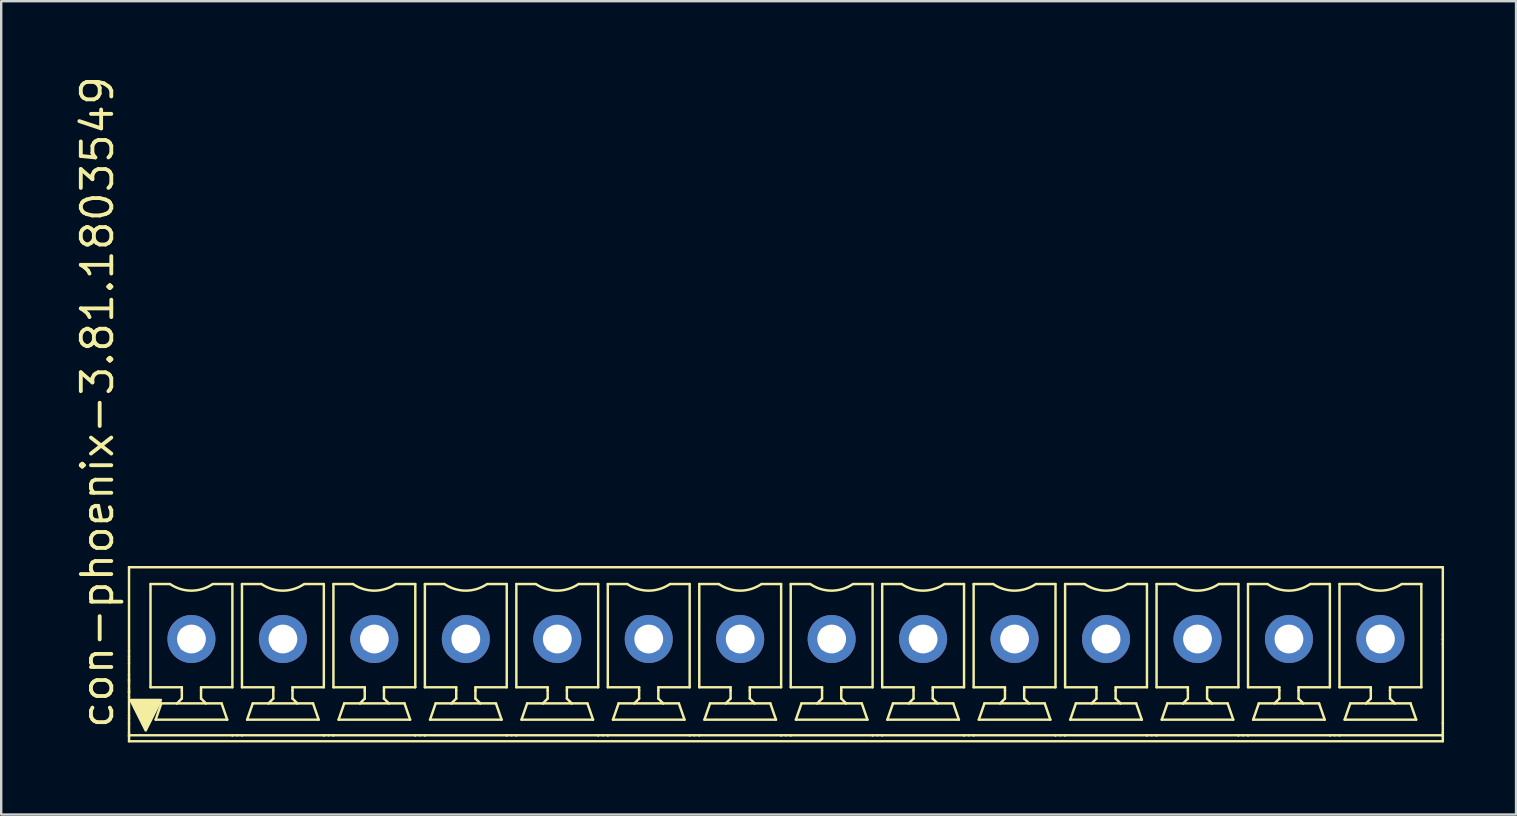
<source format=kicad_pcb>
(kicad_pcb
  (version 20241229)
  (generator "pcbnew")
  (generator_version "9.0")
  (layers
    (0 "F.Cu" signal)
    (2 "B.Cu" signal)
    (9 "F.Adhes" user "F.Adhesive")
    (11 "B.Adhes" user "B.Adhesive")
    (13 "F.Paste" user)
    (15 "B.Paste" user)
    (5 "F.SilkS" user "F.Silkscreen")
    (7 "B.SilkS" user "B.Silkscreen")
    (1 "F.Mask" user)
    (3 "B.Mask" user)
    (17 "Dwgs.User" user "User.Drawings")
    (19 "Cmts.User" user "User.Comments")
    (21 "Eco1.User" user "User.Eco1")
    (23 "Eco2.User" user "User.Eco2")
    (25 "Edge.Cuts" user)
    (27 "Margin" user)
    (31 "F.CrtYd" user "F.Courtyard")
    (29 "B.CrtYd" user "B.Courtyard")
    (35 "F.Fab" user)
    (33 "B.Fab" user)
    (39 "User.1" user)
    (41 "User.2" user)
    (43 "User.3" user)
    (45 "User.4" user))
  (footprint "con-phoenix-3.81.1803549"
    (layer "F.Cu")
    (at 29.69 24.205)
    (property "Reference" "con-phoenix-3.81.1803549" (at -27.94 3.175 90) (layer "F.SilkS") (effects (font (size 1.27 1.27) (thickness 0.16)) (justify left bottom)))
    (attr through_hole)
    (fp_line (start -27.365 -0.125) (end -27.365 -3.625) (stroke (width 0.102) (type default)) (layer "F.SilkS"))
    (fp_line (start -27.365 0.086) (end -27.365 -0.125) (stroke (width 0.102) (type default)) (layer "F.SilkS"))
    (fp_line (start -27.365 0.217) (end -27.365 0.086) (stroke (width 0.102) (type default)) (layer "F.SilkS"))
    (fp_line (start -27.365 0.375) (end -27.365 0.217) (stroke (width 0.102) (type default)) (layer "F.SilkS"))
    (fp_line (start -27.365 0.863) (end -27.365 0.375) (stroke (width 0.102) (type default)) (layer "F.SilkS"))
    (fp_line (start -27.365 1.051) (end -27.365 0.863) (stroke (width 0.102) (type default)) (layer "F.SilkS"))
    (fp_line (start -27.365 1.091) (end -27.365 1.051) (stroke (width 0.102) (type default)) (layer "F.SilkS"))
    (fp_line (start -27.365 1.121) (end -27.365 1.091) (stroke (width 0.102) (type default)) (layer "F.SilkS"))
    (fp_line (start -27.365 1.21) (end -27.365 1.121) (stroke (width 0.102) (type default)) (layer "F.SilkS"))
    (fp_line (start -27.365 1.43) (end -27.365 1.21) (stroke (width 0.102) (type default)) (layer "F.SilkS"))
    (fp_line (start -27.365 1.519) (end -27.365 1.43) (stroke (width 0.102) (type default)) (layer "F.SilkS"))
    (fp_line (start -27.365 1.548) (end -27.365 1.519) (stroke (width 0.102) (type default)) (layer "F.SilkS"))
    (fp_line (start -27.365 1.588) (end -27.365 1.548) (stroke (width 0.102) (type default)) (layer "F.SilkS"))
    (fp_line (start -27.365 1.601) (end -27.365 1.588) (stroke (width 0.102) (type default)) (layer "F.SilkS"))
    (fp_line (start -27.365 1.777) (end -27.365 1.601) (stroke (width 0.102) (type default)) (layer "F.SilkS"))
    (fp_line (start -27.365 2.552) (end -27.365 1.777) (stroke (width 0.102) (type default)) (layer "F.SilkS"))
    (fp_line (start -27.365 2.664) (end -27.365 2.552) (stroke (width 0.102) (type default)) (layer "F.SilkS"))
    (fp_line (start -27.365 2.875) (end -27.365 2.664) (stroke (width 0.102) (type default)) (layer "F.SilkS"))
    (fp_line (start -27.365 3.275) (end -27.365 2.875) (stroke (width 0.102) (type default)) (layer "F.SilkS"))
    (fp_line (start -27.365 3.375) (end -27.365 3.275) (stroke (width 0.102) (type default)) (layer "F.SilkS"))
    (fp_line (start -27.365 3.375) (end -23.061 3.375) (stroke (width 0.102) (type default)) (layer "F.SilkS"))
    (fp_line (start -27.365 3.425) (end -27.365 3.375) (stroke (width 0.102) (type default)) (layer "F.SilkS"))
    (fp_line (start -27.365 3.625) (end -27.365 3.425) (stroke (width 0.102) (type default)) (layer "F.SilkS"))
    (fp_line (start -27.365 3.625) (end 27.365 3.625) (stroke (width 0.102) (type default)) (layer "F.SilkS"))
    (fp_line (start -26.47 -2.925) (end -25.665 -2.925) (stroke (width 0.102) (type default)) (layer "F.SilkS"))
    (fp_line (start -26.47 1.375) (end -26.47 -2.925) (stroke (width 0.102) (type default)) (layer "F.SilkS"))
    (fp_line (start -26.255 2.725) (end -26.02 2.045) (stroke (width 0.102) (type default)) (layer "F.SilkS"))
    (fp_line (start -26.02 2.045) (end -25.365 2.045) (stroke (width 0.102) (type default)) (layer "F.SilkS"))
    (fp_line (start -25.365 2.045) (end -25.165 1.845) (stroke (width 0.102) (type default)) (layer "F.SilkS"))
    (fp_line (start -25.365 2.045) (end -24.165 2.045) (stroke (width 0.102) (type default)) (layer "F.SilkS"))
    (fp_line (start -25.165 1.375) (end -26.47 1.375) (stroke (width 0.102) (type default)) (layer "F.SilkS"))
    (fp_line (start -25.165 1.509) (end -25.165 1.375) (stroke (width 0.102) (type default)) (layer "F.SilkS"))
    (fp_line (start -25.165 1.845) (end -25.165 1.509) (stroke (width 0.102) (type default)) (layer "F.SilkS"))
    (fp_line (start -24.365 1.375) (end -24.365 1.509) (stroke (width 0.102) (type default)) (layer "F.SilkS"))
    (fp_line (start -24.365 1.509) (end -24.365 1.845) (stroke (width 0.102) (type default)) (layer "F.SilkS"))
    (fp_line (start -24.365 1.845) (end -24.165 2.045) (stroke (width 0.102) (type default)) (layer "F.SilkS"))
    (fp_line (start -24.165 2.045) (end -23.51 2.045) (stroke (width 0.102) (type default)) (layer "F.SilkS"))
    (fp_line (start -23.865 -2.925) (end -23.06 -2.925) (stroke (width 0.102) (type default)) (layer "F.SilkS"))
    (fp_line (start -23.51 2.045) (end -23.275 2.725) (stroke (width 0.102) (type default)) (layer "F.SilkS"))
    (fp_line (start -23.275 2.725) (end -26.255 2.725) (stroke (width 0.102) (type default)) (layer "F.SilkS"))
    (fp_line (start -23.061 3.375) (end -23.06 3.375) (stroke (width 0.102) (type default)) (layer "F.SilkS"))
    (fp_line (start -23.06 1.375) (end -24.365 1.375) (stroke (width 0.102) (type default)) (layer "F.SilkS"))
    (fp_line (start -23.06 1.375) (end -23.06 -2.925) (stroke (width 0.102) (type default)) (layer "F.SilkS"))
    (fp_line (start -23.06 3.375) (end -22.86 3.375) (stroke (width 0.102) (type default)) (layer "F.SilkS"))
    (fp_line (start -22.86 3.375) (end -22.66 3.375) (stroke (width 0.102) (type default)) (layer "F.SilkS"))
    (fp_line (start -22.66 -2.925) (end -21.855 -2.925) (stroke (width 0.102) (type default)) (layer "F.SilkS"))
    (fp_line (start -22.66 1.375) (end -22.66 -2.925) (stroke (width 0.102) (type default)) (layer "F.SilkS"))
    (fp_line (start -22.66 3.375) (end -22.659 3.375) (stroke (width 0.102) (type default)) (layer "F.SilkS"))
    (fp_line (start -22.659 3.375) (end -19.251 3.375) (stroke (width 0.102) (type default)) (layer "F.SilkS"))
    (fp_line (start -22.445 2.725) (end -19.465 2.725) (stroke (width 0.102) (type default)) (layer "F.SilkS"))
    (fp_line (start -22.21 2.045) (end -22.445 2.725) (stroke (width 0.102) (type default)) (layer "F.SilkS"))
    (fp_line (start -21.555 2.045) (end -22.21 2.045) (stroke (width 0.102) (type default)) (layer "F.SilkS"))
    (fp_line (start -21.555 2.045) (end -21.355 1.845) (stroke (width 0.102) (type default)) (layer "F.SilkS"))
    (fp_line (start -21.555 2.045) (end -20.355 2.045) (stroke (width 0.102) (type default)) (layer "F.SilkS"))
    (fp_line (start -21.355 1.375) (end -22.66 1.375) (stroke (width 0.102) (type default)) (layer "F.SilkS"))
    (fp_line (start -21.355 1.375) (end -21.355 1.509) (stroke (width 0.102) (type default)) (layer "F.SilkS"))
    (fp_line (start -21.355 1.509) (end -21.355 1.845) (stroke (width 0.102) (type default)) (layer "F.SilkS"))
    (fp_line (start -20.555 1.375) (end -20.555 1.509) (stroke (width 0.102) (type default)) (layer "F.SilkS"))
    (fp_line (start -20.555 1.509) (end -20.555 1.845) (stroke (width 0.102) (type default)) (layer "F.SilkS"))
    (fp_line (start -20.555 1.845) (end -20.355 2.045) (stroke (width 0.102) (type default)) (layer "F.SilkS"))
    (fp_line (start -20.355 2.045) (end -19.7 2.045) (stroke (width 0.102) (type default)) (layer "F.SilkS"))
    (fp_line (start -20.055 -2.925) (end -19.25 -2.925) (stroke (width 0.102) (type default)) (layer "F.SilkS"))
    (fp_line (start -19.7 2.045) (end -19.465 2.725) (stroke (width 0.102) (type default)) (layer "F.SilkS"))
    (fp_line (start -19.251 3.375) (end -19.25 3.375) (stroke (width 0.102) (type default)) (layer "F.SilkS"))
    (fp_line (start -19.25 1.375) (end -20.555 1.375) (stroke (width 0.102) (type default)) (layer "F.SilkS"))
    (fp_line (start -19.25 1.375) (end -19.25 -2.925) (stroke (width 0.102) (type default)) (layer "F.SilkS"))
    (fp_line (start -19.25 3.375) (end -19.05 3.375) (stroke (width 0.102) (type default)) (layer "F.SilkS"))
    (fp_line (start -19.05 3.375) (end -18.85 3.375) (stroke (width 0.102) (type default)) (layer "F.SilkS"))
    (fp_line (start -18.85 -2.925) (end -18.045 -2.925) (stroke (width 0.102) (type default)) (layer "F.SilkS"))
    (fp_line (start -18.85 1.375) (end -18.85 -2.925) (stroke (width 0.102) (type default)) (layer "F.SilkS"))
    (fp_line (start -18.85 3.375) (end -18.849 3.375) (stroke (width 0.102) (type default)) (layer "F.SilkS"))
    (fp_line (start -18.849 3.375) (end -15.441 3.375) (stroke (width 0.102) (type default)) (layer "F.SilkS"))
    (fp_line (start -18.635 2.725) (end -18.4 2.045) (stroke (width 0.102) (type default)) (layer "F.SilkS"))
    (fp_line (start -17.745 2.045) (end -18.4 2.045) (stroke (width 0.102) (type default)) (layer "F.SilkS"))
    (fp_line (start -17.745 2.045) (end -17.545 1.845) (stroke (width 0.102) (type default)) (layer "F.SilkS"))
    (fp_line (start -17.745 2.045) (end -16.545 2.045) (stroke (width 0.102) (type default)) (layer "F.SilkS"))
    (fp_line (start -17.545 1.375) (end -18.85 1.375) (stroke (width 0.102) (type default)) (layer "F.SilkS"))
    (fp_line (start -17.545 1.509) (end -17.545 1.375) (stroke (width 0.102) (type default)) (layer "F.SilkS"))
    (fp_line (start -17.545 1.509) (end -17.545 1.845) (stroke (width 0.102) (type default)) (layer "F.SilkS"))
    (fp_line (start -16.745 1.375) (end -16.745 1.509) (stroke (width 0.102) (type default)) (layer "F.SilkS"))
    (fp_line (start -16.745 1.509) (end -16.745 1.845) (stroke (width 0.102) (type default)) (layer "F.SilkS"))
    (fp_line (start -16.745 1.845) (end -16.545 2.045) (stroke (width 0.102) (type default)) (layer "F.SilkS"))
    (fp_line (start -16.245 -2.925) (end -15.44 -2.925) (stroke (width 0.102) (type default)) (layer "F.SilkS"))
    (fp_line (start -15.89 2.045) (end -16.545 2.045) (stroke (width 0.102) (type default)) (layer "F.SilkS"))
    (fp_line (start -15.655 2.725) (end -18.635 2.725) (stroke (width 0.102) (type default)) (layer "F.SilkS"))
    (fp_line (start -15.655 2.725) (end -15.89 2.045) (stroke (width 0.102) (type default)) (layer "F.SilkS"))
    (fp_line (start -15.441 3.375) (end -15.44 3.375) (stroke (width 0.102) (type default)) (layer "F.SilkS"))
    (fp_line (start -15.44 1.375) (end -16.745 1.375) (stroke (width 0.102) (type default)) (layer "F.SilkS"))
    (fp_line (start -15.44 1.375) (end -15.44 -2.925) (stroke (width 0.102) (type default)) (layer "F.SilkS"))
    (fp_line (start -15.44 3.375) (end -15.24 3.375) (stroke (width 0.102) (type default)) (layer "F.SilkS"))
    (fp_line (start -15.24 3.375) (end -15.04 3.375) (stroke (width 0.102) (type default)) (layer "F.SilkS"))
    (fp_line (start -15.04 -2.925) (end -14.235 -2.925) (stroke (width 0.102) (type default)) (layer "F.SilkS"))
    (fp_line (start -15.04 1.375) (end -15.04 -2.925) (stroke (width 0.102) (type default)) (layer "F.SilkS"))
    (fp_line (start -15.04 3.375) (end -15.039 3.375) (stroke (width 0.102) (type default)) (layer "F.SilkS"))
    (fp_line (start -15.039 3.375) (end -11.631 3.375) (stroke (width 0.102) (type default)) (layer "F.SilkS"))
    (fp_line (start -14.825 2.725) (end -14.59 2.045) (stroke (width 0.102) (type default)) (layer "F.SilkS"))
    (fp_line (start -14.59 2.045) (end -13.935 2.045) (stroke (width 0.102) (type default)) (layer "F.SilkS"))
    (fp_line (start -13.935 2.045) (end -13.735 1.845) (stroke (width 0.102) (type default)) (layer "F.SilkS"))
    (fp_line (start -13.935 2.045) (end -12.735 2.045) (stroke (width 0.102) (type default)) (layer "F.SilkS"))
    (fp_line (start -13.735 1.375) (end -15.04 1.375) (stroke (width 0.102) (type default)) (layer "F.SilkS"))
    (fp_line (start -13.735 1.509) (end -13.735 1.375) (stroke (width 0.102) (type default)) (layer "F.SilkS"))
    (fp_line (start -13.735 1.509) (end -13.735 1.845) (stroke (width 0.102) (type default)) (layer "F.SilkS"))
    (fp_line (start -12.935 1.375) (end -12.935 1.509) (stroke (width 0.102) (type default)) (layer "F.SilkS"))
    (fp_line (start -12.935 1.509) (end -12.935 1.845) (stroke (width 0.102) (type default)) (layer "F.SilkS"))
    (fp_line (start -12.935 1.845) (end -12.735 2.045) (stroke (width 0.102) (type default)) (layer "F.SilkS"))
    (fp_line (start -12.735 2.045) (end -12.08 2.045) (stroke (width 0.102) (type default)) (layer "F.SilkS"))
    (fp_line (start -12.435 -2.925) (end -11.63 -2.925) (stroke (width 0.102) (type default)) (layer "F.SilkS"))
    (fp_line (start -11.845 2.725) (end -14.825 2.725) (stroke (width 0.102) (type default)) (layer "F.SilkS"))
    (fp_line (start -11.845 2.725) (end -12.08 2.045) (stroke (width 0.102) (type default)) (layer "F.SilkS"))
    (fp_line (start -11.631 3.375) (end -11.63 3.375) (stroke (width 0.102) (type default)) (layer "F.SilkS"))
    (fp_line (start -11.63 1.375) (end -12.935 1.375) (stroke (width 0.102) (type default)) (layer "F.SilkS"))
    (fp_line (start -11.63 1.375) (end -11.63 -2.925) (stroke (width 0.102) (type default)) (layer "F.SilkS"))
    (fp_line (start -11.63 3.375) (end -11.43 3.375) (stroke (width 0.102) (type default)) (layer "F.SilkS"))
    (fp_line (start -11.43 3.375) (end -11.23 3.375) (stroke (width 0.102) (type default)) (layer "F.SilkS"))
    (fp_line (start -11.23 -2.925) (end -10.425 -2.925) (stroke (width 0.102) (type default)) (layer "F.SilkS"))
    (fp_line (start -11.23 1.375) (end -11.23 -2.925) (stroke (width 0.102) (type default)) (layer "F.SilkS"))
    (fp_line (start -11.23 3.375) (end -11.229 3.375) (stroke (width 0.102) (type default)) (layer "F.SilkS"))
    (fp_line (start -11.229 3.375) (end -7.821 3.375) (stroke (width 0.102) (type default)) (layer "F.SilkS"))
    (fp_line (start -11.015 2.725) (end -10.78 2.045) (stroke (width 0.102) (type default)) (layer "F.SilkS"))
    (fp_line (start -11.015 2.725) (end -8.035 2.725) (stroke (width 0.102) (type default)) (layer "F.SilkS"))
    (fp_line (start -10.78 2.045) (end -10.125 2.045) (stroke (width 0.102) (type default)) (layer "F.SilkS"))
    (fp_line (start -10.125 2.045) (end -9.925 1.845) (stroke (width 0.102) (type default)) (layer "F.SilkS"))
    (fp_line (start -10.125 2.045) (end -8.925 2.045) (stroke (width 0.102) (type default)) (layer "F.SilkS"))
    (fp_line (start -9.925 1.375) (end -11.23 1.375) (stroke (width 0.102) (type default)) (layer "F.SilkS"))
    (fp_line (start -9.925 1.509) (end -9.925 1.375) (stroke (width 0.102) (type default)) (layer "F.SilkS"))
    (fp_line (start -9.925 1.509) (end -9.925 1.845) (stroke (width 0.102) (type default)) (layer "F.SilkS"))
    (fp_line (start -9.125 1.375) (end -9.125 1.509) (stroke (width 0.102) (type default)) (layer "F.SilkS"))
    (fp_line (start -9.125 1.509) (end -9.125 1.845) (stroke (width 0.102) (type default)) (layer "F.SilkS"))
    (fp_line (start -9.125 1.845) (end -8.925 2.045) (stroke (width 0.102) (type default)) (layer "F.SilkS"))
    (fp_line (start -8.925 2.045) (end -8.27 2.045) (stroke (width 0.102) (type default)) (layer "F.SilkS"))
    (fp_line (start -8.625 -2.925) (end -7.82 -2.925) (stroke (width 0.102) (type default)) (layer "F.SilkS"))
    (fp_line (start -8.035 2.725) (end -8.27 2.045) (stroke (width 0.102) (type default)) (layer "F.SilkS"))
    (fp_line (start -7.821 3.375) (end -7.82 3.375) (stroke (width 0.102) (type default)) (layer "F.SilkS"))
    (fp_line (start -7.82 1.375) (end -9.125 1.375) (stroke (width 0.102) (type default)) (layer "F.SilkS"))
    (fp_line (start -7.82 1.375) (end -7.82 -2.925) (stroke (width 0.102) (type default)) (layer "F.SilkS"))
    (fp_line (start -7.82 3.375) (end -7.62 3.375) (stroke (width 0.102) (type default)) (layer "F.SilkS"))
    (fp_line (start -7.62 3.375) (end -7.42 3.375) (stroke (width 0.102) (type default)) (layer "F.SilkS"))
    (fp_line (start -7.42 -2.925) (end -6.615 -2.925) (stroke (width 0.102) (type default)) (layer "F.SilkS"))
    (fp_line (start -7.42 1.375) (end -7.42 -2.925) (stroke (width 0.102) (type default)) (layer "F.SilkS"))
    (fp_line (start -7.42 3.375) (end -7.419 3.375) (stroke (width 0.102) (type default)) (layer "F.SilkS"))
    (fp_line (start -7.419 3.375) (end -4.011 3.375) (stroke (width 0.102) (type default)) (layer "F.SilkS"))
    (fp_line (start -7.205 2.725) (end -6.97 2.045) (stroke (width 0.102) (type default)) (layer "F.SilkS"))
    (fp_line (start -7.205 2.725) (end -4.225 2.725) (stroke (width 0.102) (type default)) (layer "F.SilkS"))
    (fp_line (start -6.315 2.045) (end -6.97 2.045) (stroke (width 0.102) (type default)) (layer "F.SilkS"))
    (fp_line (start -6.315 2.045) (end -6.115 1.845) (stroke (width 0.102) (type default)) (layer "F.SilkS"))
    (fp_line (start -6.315 2.045) (end -5.115 2.045) (stroke (width 0.102) (type default)) (layer "F.SilkS"))
    (fp_line (start -6.115 1.375) (end -7.42 1.375) (stroke (width 0.102) (type default)) (layer "F.SilkS"))
    (fp_line (start -6.115 1.509) (end -6.115 1.375) (stroke (width 0.102) (type default)) (layer "F.SilkS"))
    (fp_line (start -6.115 1.509) (end -6.115 1.845) (stroke (width 0.102) (type default)) (layer "F.SilkS"))
    (fp_line (start -5.315 1.375) (end -5.315 1.509) (stroke (width 0.102) (type default)) (layer "F.SilkS"))
    (fp_line (start -5.315 1.509) (end -5.315 1.845) (stroke (width 0.102) (type default)) (layer "F.SilkS"))
    (fp_line (start -5.315 1.845) (end -5.115 2.045) (stroke (width 0.102) (type default)) (layer "F.SilkS"))
    (fp_line (start -4.815 -2.925) (end -4.01 -2.925) (stroke (width 0.102) (type default)) (layer "F.SilkS"))
    (fp_line (start -4.46 2.045) (end -5.115 2.045) (stroke (width 0.102) (type default)) (layer "F.SilkS"))
    (fp_line (start -4.225 2.725) (end -4.46 2.045) (stroke (width 0.102) (type default)) (layer "F.SilkS"))
    (fp_line (start -4.011 3.375) (end -4.01 3.375) (stroke (width 0.102) (type default)) (layer "F.SilkS"))
    (fp_line (start -4.01 1.375) (end -5.315 1.375) (stroke (width 0.102) (type default)) (layer "F.SilkS"))
    (fp_line (start -4.01 1.375) (end -4.01 -2.925) (stroke (width 0.102) (type default)) (layer "F.SilkS"))
    (fp_line (start -4.01 3.375) (end -3.81 3.375) (stroke (width 0.102) (type default)) (layer "F.SilkS"))
    (fp_line (start -3.81 3.375) (end -3.61 3.375) (stroke (width 0.102) (type default)) (layer "F.SilkS"))
    (fp_line (start -3.61 -2.925) (end -2.805 -2.925) (stroke (width 0.102) (type default)) (layer "F.SilkS"))
    (fp_line (start -3.61 1.375) (end -3.61 -2.925) (stroke (width 0.102) (type default)) (layer "F.SilkS"))
    (fp_line (start -3.61 3.375) (end -3.609 3.375) (stroke (width 0.102) (type default)) (layer "F.SilkS"))
    (fp_line (start -3.609 3.375) (end -0.201 3.375) (stroke (width 0.102) (type default)) (layer "F.SilkS"))
    (fp_line (start -3.395 2.725) (end -3.16 2.045) (stroke (width 0.102) (type default)) (layer "F.SilkS"))
    (fp_line (start -3.395 2.725) (end -0.415 2.725) (stroke (width 0.102) (type default)) (layer "F.SilkS"))
    (fp_line (start -3.16 2.045) (end -2.505 2.045) (stroke (width 0.102) (type default)) (layer "F.SilkS"))
    (fp_line (start -2.505 2.045) (end -2.305 1.845) (stroke (width 0.102) (type default)) (layer "F.SilkS"))
    (fp_line (start -2.505 2.045) (end -1.305 2.045) (stroke (width 0.102) (type default)) (layer "F.SilkS"))
    (fp_line (start -2.305 1.375) (end -3.61 1.375) (stroke (width 0.102) (type default)) (layer "F.SilkS"))
    (fp_line (start -2.305 1.509) (end -2.305 1.375) (stroke (width 0.102) (type default)) (layer "F.SilkS"))
    (fp_line (start -2.305 1.509) (end -2.305 1.845) (stroke (width 0.102) (type default)) (layer "F.SilkS"))
    (fp_line (start -1.505 1.375) (end -1.505 1.509) (stroke (width 0.102) (type default)) (layer "F.SilkS"))
    (fp_line (start -1.505 1.509) (end -1.505 1.845) (stroke (width 0.102) (type default)) (layer "F.SilkS"))
    (fp_line (start -1.505 1.845) (end -1.305 2.045) (stroke (width 0.102) (type default)) (layer "F.SilkS"))
    (fp_line (start -1.305 2.045) (end -0.65 2.045) (stroke (width 0.102) (type default)) (layer "F.SilkS"))
    (fp_line (start -1.005 -2.925) (end -0.2 -2.925) (stroke (width 0.102) (type default)) (layer "F.SilkS"))
    (fp_line (start -0.415 2.725) (end -0.65 2.045) (stroke (width 0.102) (type default)) (layer "F.SilkS"))
    (fp_line (start -0.201 3.375) (end -0.2 3.375) (stroke (width 0.102) (type default)) (layer "F.SilkS"))
    (fp_line (start -0.2 1.375) (end -1.505 1.375) (stroke (width 0.102) (type default)) (layer "F.SilkS"))
    (fp_line (start -0.2 1.375) (end -0.2 -2.925) (stroke (width 0.102) (type default)) (layer "F.SilkS"))
    (fp_line (start -0.2 3.375) (end 0 3.375) (stroke (width 0.102) (type default)) (layer "F.SilkS"))
    (fp_line (start 0 3.375) (end 0.2 3.375) (stroke (width 0.102) (type default)) (layer "F.SilkS"))
    (fp_line (start 0.2 -2.925) (end 1.005 -2.925) (stroke (width 0.102) (type default)) (layer "F.SilkS"))
    (fp_line (start 0.2 1.375) (end 0.2 -2.925) (stroke (width 0.102) (type default)) (layer "F.SilkS"))
    (fp_line (start 0.2 3.375) (end 0.201 3.375) (stroke (width 0.102) (type default)) (layer "F.SilkS"))
    (fp_line (start 0.201 3.375) (end 3.609 3.375) (stroke (width 0.102) (type default)) (layer "F.SilkS"))
    (fp_line (start 0.415 2.725) (end 0.65 2.045) (stroke (width 0.102) (type default)) (layer "F.SilkS"))
    (fp_line (start 0.415 2.725) (end 3.395 2.725) (stroke (width 0.102) (type default)) (layer "F.SilkS"))
    (fp_line (start 1.305 2.045) (end 0.65 2.045) (stroke (width 0.102) (type default)) (layer "F.SilkS"))
    (fp_line (start 1.305 2.045) (end 1.505 1.845) (stroke (width 0.102) (type default)) (layer "F.SilkS"))
    (fp_line (start 1.305 2.045) (end 2.505 2.045) (stroke (width 0.102) (type default)) (layer "F.SilkS"))
    (fp_line (start 1.505 1.375) (end 0.2 1.375) (stroke (width 0.102) (type default)) (layer "F.SilkS"))
    (fp_line (start 1.505 1.509) (end 1.505 1.375) (stroke (width 0.102) (type default)) (layer "F.SilkS"))
    (fp_line (start 1.505 1.509) (end 1.505 1.845) (stroke (width 0.102) (type default)) (layer "F.SilkS"))
    (fp_line (start 2.305 1.375) (end 2.305 1.509) (stroke (width 0.102) (type default)) (layer "F.SilkS"))
    (fp_line (start 2.305 1.509) (end 2.305 1.845) (stroke (width 0.102) (type default)) (layer "F.SilkS"))
    (fp_line (start 2.305 1.845) (end 2.505 2.045) (stroke (width 0.102) (type default)) (layer "F.SilkS"))
    (fp_line (start 2.805 -2.925) (end 3.61 -2.925) (stroke (width 0.102) (type default)) (layer "F.SilkS"))
    (fp_line (start 3.16 2.045) (end 2.505 2.045) (stroke (width 0.102) (type default)) (layer "F.SilkS"))
    (fp_line (start 3.395 2.725) (end 3.16 2.045) (stroke (width 0.102) (type default)) (layer "F.SilkS"))
    (fp_line (start 3.609 3.375) (end 3.61 3.375) (stroke (width 0.102) (type default)) (layer "F.SilkS"))
    (fp_line (start 3.61 1.375) (end 2.305 1.375) (stroke (width 0.102) (type default)) (layer "F.SilkS"))
    (fp_line (start 3.61 1.375) (end 3.61 -2.925) (stroke (width 0.102) (type default)) (layer "F.SilkS"))
    (fp_line (start 3.61 3.375) (end 3.81 3.375) (stroke (width 0.102) (type default)) (layer "F.SilkS"))
    (fp_line (start 3.81 3.375) (end 4.01 3.375) (stroke (width 0.102) (type default)) (layer "F.SilkS"))
    (fp_line (start 4.01 -2.925) (end 4.815 -2.925) (stroke (width 0.102) (type default)) (layer "F.SilkS"))
    (fp_line (start 4.01 1.375) (end 4.01 -2.925) (stroke (width 0.102) (type default)) (layer "F.SilkS"))
    (fp_line (start 4.01 3.375) (end 4.011 3.375) (stroke (width 0.102) (type default)) (layer "F.SilkS"))
    (fp_line (start 4.011 3.375) (end 7.419 3.375) (stroke (width 0.102) (type default)) (layer "F.SilkS"))
    (fp_line (start 4.225 2.725) (end 4.46 2.045) (stroke (width 0.102) (type default)) (layer "F.SilkS"))
    (fp_line (start 4.225 2.725) (end 7.205 2.725) (stroke (width 0.102) (type default)) (layer "F.SilkS"))
    (fp_line (start 4.46 2.045) (end 5.115 2.045) (stroke (width 0.102) (type default)) (layer "F.SilkS"))
    (fp_line (start 5.115 2.045) (end 5.315 1.845) (stroke (width 0.102) (type default)) (layer "F.SilkS"))
    (fp_line (start 5.115 2.045) (end 6.315 2.045) (stroke (width 0.102) (type default)) (layer "F.SilkS"))
    (fp_line (start 5.315 1.375) (end 4.01 1.375) (stroke (width 0.102) (type default)) (layer "F.SilkS"))
    (fp_line (start 5.315 1.509) (end 5.315 1.375) (stroke (width 0.102) (type default)) (layer "F.SilkS"))
    (fp_line (start 5.315 1.509) (end 5.315 1.845) (stroke (width 0.102) (type default)) (layer "F.SilkS"))
    (fp_line (start 6.115 1.375) (end 6.115 1.509) (stroke (width 0.102) (type default)) (layer "F.SilkS"))
    (fp_line (start 6.115 1.509) (end 6.115 1.845) (stroke (width 0.102) (type default)) (layer "F.SilkS"))
    (fp_line (start 6.115 1.845) (end 6.315 2.045) (stroke (width 0.102) (type default)) (layer "F.SilkS"))
    (fp_line (start 6.315 2.045) (end 6.97 2.045) (stroke (width 0.102) (type default)) (layer "F.SilkS"))
    (fp_line (start 6.615 -2.925) (end 7.42 -2.925) (stroke (width 0.102) (type default)) (layer "F.SilkS"))
    (fp_line (start 7.205 2.725) (end 6.97 2.045) (stroke (width 0.102) (type default)) (layer "F.SilkS"))
    (fp_line (start 7.419 3.375) (end 7.42 3.375) (stroke (width 0.102) (type default)) (layer "F.SilkS"))
    (fp_line (start 7.42 1.375) (end 6.115 1.375) (stroke (width 0.102) (type default)) (layer "F.SilkS"))
    (fp_line (start 7.42 1.375) (end 7.42 -2.925) (stroke (width 0.102) (type default)) (layer "F.SilkS"))
    (fp_line (start 7.42 3.375) (end 7.62 3.375) (stroke (width 0.102) (type default)) (layer "F.SilkS"))
    (fp_line (start 7.62 3.375) (end 7.82 3.375) (stroke (width 0.102) (type default)) (layer "F.SilkS"))
    (fp_line (start 7.82 -2.925) (end 8.625 -2.925) (stroke (width 0.102) (type default)) (layer "F.SilkS"))
    (fp_line (start 7.82 1.375) (end 7.82 -2.925) (stroke (width 0.102) (type default)) (layer "F.SilkS"))
    (fp_line (start 7.82 3.375) (end 7.821 3.375) (stroke (width 0.102) (type default)) (layer "F.SilkS"))
    (fp_line (start 7.821 3.375) (end 11.229 3.375) (stroke (width 0.102) (type default)) (layer "F.SilkS"))
    (fp_line (start 8.035 2.725) (end 8.27 2.045) (stroke (width 0.102) (type default)) (layer "F.SilkS"))
    (fp_line (start 8.925 2.045) (end 8.27 2.045) (stroke (width 0.102) (type default)) (layer "F.SilkS"))
    (fp_line (start 8.925 2.045) (end 9.125 1.845) (stroke (width 0.102) (type default)) (layer "F.SilkS"))
    (fp_line (start 9.125 1.375) (end 7.82 1.375) (stroke (width 0.102) (type default)) (layer "F.SilkS"))
    (fp_line (start 9.125 1.509) (end 9.125 1.375) (stroke (width 0.102) (type default)) (layer "F.SilkS"))
    (fp_line (start 9.125 1.509) (end 9.125 1.845) (stroke (width 0.102) (type default)) (layer "F.SilkS"))
    (fp_line (start 9.925 1.375) (end 9.925 1.509) (stroke (width 0.102) (type default)) (layer "F.SilkS"))
    (fp_line (start 9.925 1.509) (end 9.925 1.845) (stroke (width 0.102) (type default)) (layer "F.SilkS"))
    (fp_line (start 9.925 1.845) (end 10.125 2.045) (stroke (width 0.102) (type default)) (layer "F.SilkS"))
    (fp_line (start 10.125 2.045) (end 8.925 2.045) (stroke (width 0.102) (type default)) (layer "F.SilkS"))
    (fp_line (start 10.425 -2.925) (end 11.23 -2.925) (stroke (width 0.102) (type default)) (layer "F.SilkS"))
    (fp_line (start 10.78 2.045) (end 10.125 2.045) (stroke (width 0.102) (type default)) (layer "F.SilkS"))
    (fp_line (start 11.015 2.725) (end 8.035 2.725) (stroke (width 0.102) (type default)) (layer "F.SilkS"))
    (fp_line (start 11.015 2.725) (end 10.78 2.045) (stroke (width 0.102) (type default)) (layer "F.SilkS"))
    (fp_line (start 11.229 3.375) (end 11.23 3.375) (stroke (width 0.102) (type default)) (layer "F.SilkS"))
    (fp_line (start 11.23 1.375) (end 9.925 1.375) (stroke (width 0.102) (type default)) (layer "F.SilkS"))
    (fp_line (start 11.23 1.375) (end 11.23 -2.925) (stroke (width 0.102) (type default)) (layer "F.SilkS"))
    (fp_line (start 11.23 3.375) (end 11.43 3.375) (stroke (width 0.102) (type default)) (layer "F.SilkS"))
    (fp_line (start 11.43 3.375) (end 11.63 3.375) (stroke (width 0.102) (type default)) (layer "F.SilkS"))
    (fp_line (start 11.63 -2.925) (end 12.435 -2.925) (stroke (width 0.102) (type default)) (layer "F.SilkS"))
    (fp_line (start 11.63 1.375) (end 11.63 -2.925) (stroke (width 0.102) (type default)) (layer "F.SilkS"))
    (fp_line (start 11.63 3.375) (end 11.631 3.375) (stroke (width 0.102) (type default)) (layer "F.SilkS"))
    (fp_line (start 11.631 3.375) (end 15.039 3.375) (stroke (width 0.102) (type default)) (layer "F.SilkS"))
    (fp_line (start 11.845 2.725) (end 12.08 2.045) (stroke (width 0.102) (type default)) (layer "F.SilkS"))
    (fp_line (start 12.735 2.045) (end 12.08 2.045) (stroke (width 0.102) (type default)) (layer "F.SilkS"))
    (fp_line (start 12.735 2.045) (end 12.935 1.845) (stroke (width 0.102) (type default)) (layer "F.SilkS"))
    (fp_line (start 12.735 2.045) (end 13.935 2.045) (stroke (width 0.102) (type default)) (layer "F.SilkS"))
    (fp_line (start 12.935 1.375) (end 11.63 1.375) (stroke (width 0.102) (type default)) (layer "F.SilkS"))
    (fp_line (start 12.935 1.509) (end 12.935 1.375) (stroke (width 0.102) (type default)) (layer "F.SilkS"))
    (fp_line (start 12.935 1.509) (end 12.935 1.845) (stroke (width 0.102) (type default)) (layer "F.SilkS"))
    (fp_line (start 13.735 1.375) (end 13.735 1.509) (stroke (width 0.102) (type default)) (layer "F.SilkS"))
    (fp_line (start 13.735 1.509) (end 13.735 1.845) (stroke (width 0.102) (type default)) (layer "F.SilkS"))
    (fp_line (start 13.735 1.845) (end 13.935 2.045) (stroke (width 0.102) (type default)) (layer "F.SilkS"))
    (fp_line (start 14.235 -2.925) (end 15.04 -2.925) (stroke (width 0.102) (type default)) (layer "F.SilkS"))
    (fp_line (start 14.59 2.045) (end 13.935 2.045) (stroke (width 0.102) (type default)) (layer "F.SilkS"))
    (fp_line (start 14.825 2.725) (end 11.845 2.725) (stroke (width 0.102) (type default)) (layer "F.SilkS"))
    (fp_line (start 14.825 2.725) (end 14.59 2.045) (stroke (width 0.102) (type default)) (layer "F.SilkS"))
    (fp_line (start 15.039 3.375) (end 15.04 3.375) (stroke (width 0.102) (type default)) (layer "F.SilkS"))
    (fp_line (start 15.04 1.375) (end 13.735 1.375) (stroke (width 0.102) (type default)) (layer "F.SilkS"))
    (fp_line (start 15.04 1.375) (end 15.04 -2.925) (stroke (width 0.102) (type default)) (layer "F.SilkS"))
    (fp_line (start 15.04 3.375) (end 15.24 3.375) (stroke (width 0.102) (type default)) (layer "F.SilkS"))
    (fp_line (start 15.24 3.375) (end 15.44 3.375) (stroke (width 0.102) (type default)) (layer "F.SilkS"))
    (fp_line (start 15.44 -2.925) (end 16.245 -2.925) (stroke (width 0.102) (type default)) (layer "F.SilkS"))
    (fp_line (start 15.44 1.375) (end 15.44 -2.925) (stroke (width 0.102) (type default)) (layer "F.SilkS"))
    (fp_line (start 15.44 3.375) (end 15.441 3.375) (stroke (width 0.102) (type default)) (layer "F.SilkS"))
    (fp_line (start 15.441 3.375) (end 18.849 3.375) (stroke (width 0.102) (type default)) (layer "F.SilkS"))
    (fp_line (start 15.655 2.725) (end 15.89 2.045) (stroke (width 0.102) (type default)) (layer "F.SilkS"))
    (fp_line (start 15.655 2.725) (end 18.635 2.725) (stroke (width 0.102) (type default)) (layer "F.SilkS"))
    (fp_line (start 16.545 2.045) (end 15.89 2.045) (stroke (width 0.102) (type default)) (layer "F.SilkS"))
    (fp_line (start 16.545 2.045) (end 16.745 1.845) (stroke (width 0.102) (type default)) (layer "F.SilkS"))
    (fp_line (start 16.545 2.045) (end 17.745 2.045) (stroke (width 0.102) (type default)) (layer "F.SilkS"))
    (fp_line (start 16.745 1.375) (end 15.44 1.375) (stroke (width 0.102) (type default)) (layer "F.SilkS"))
    (fp_line (start 16.745 1.509) (end 16.745 1.375) (stroke (width 0.102) (type default)) (layer "F.SilkS"))
    (fp_line (start 16.745 1.509) (end 16.745 1.845) (stroke (width 0.102) (type default)) (layer "F.SilkS"))
    (fp_line (start 17.545 1.375) (end 17.545 1.509) (stroke (width 0.102) (type default)) (layer "F.SilkS"))
    (fp_line (start 17.545 1.509) (end 17.545 1.845) (stroke (width 0.102) (type default)) (layer "F.SilkS"))
    (fp_line (start 17.545 1.845) (end 17.745 2.045) (stroke (width 0.102) (type default)) (layer "F.SilkS"))
    (fp_line (start 18.045 -2.925) (end 18.85 -2.925) (stroke (width 0.102) (type default)) (layer "F.SilkS"))
    (fp_line (start 18.4 2.045) (end 17.745 2.045) (stroke (width 0.102) (type default)) (layer "F.SilkS"))
    (fp_line (start 18.635 2.725) (end 18.4 2.045) (stroke (width 0.102) (type default)) (layer "F.SilkS"))
    (fp_line (start 18.849 3.375) (end 18.85 3.375) (stroke (width 0.102) (type default)) (layer "F.SilkS"))
    (fp_line (start 18.85 1.375) (end 17.545 1.375) (stroke (width 0.102) (type default)) (layer "F.SilkS"))
    (fp_line (start 18.85 1.375) (end 18.85 -2.925) (stroke (width 0.102) (type default)) (layer "F.SilkS"))
    (fp_line (start 18.85 3.375) (end 19.05 3.375) (stroke (width 0.102) (type default)) (layer "F.SilkS"))
    (fp_line (start 19.05 3.375) (end 19.25 3.375) (stroke (width 0.102) (type default)) (layer "F.SilkS"))
    (fp_line (start 19.25 -2.925) (end 20.055 -2.925) (stroke (width 0.102) (type default)) (layer "F.SilkS"))
    (fp_line (start 19.25 1.375) (end 19.25 -2.925) (stroke (width 0.102) (type default)) (layer "F.SilkS"))
    (fp_line (start 19.25 3.375) (end 19.251 3.375) (stroke (width 0.102) (type default)) (layer "F.SilkS"))
    (fp_line (start 19.251 3.375) (end 22.659 3.375) (stroke (width 0.102) (type default)) (layer "F.SilkS"))
    (fp_line (start 19.465 2.725) (end 19.7 2.045) (stroke (width 0.102) (type default)) (layer "F.SilkS"))
    (fp_line (start 19.7 2.045) (end 20.355 2.045) (stroke (width 0.102) (type default)) (layer "F.SilkS"))
    (fp_line (start 20.355 2.045) (end 20.555 1.845) (stroke (width 0.102) (type default)) (layer "F.SilkS"))
    (fp_line (start 20.355 2.045) (end 21.555 2.045) (stroke (width 0.102) (type default)) (layer "F.SilkS"))
    (fp_line (start 20.555 1.375) (end 19.25 1.375) (stroke (width 0.102) (type default)) (layer "F.SilkS"))
    (fp_line (start 20.555 1.509) (end 20.555 1.375) (stroke (width 0.102) (type default)) (layer "F.SilkS"))
    (fp_line (start 20.555 1.509) (end 20.555 1.845) (stroke (width 0.102) (type default)) (layer "F.SilkS"))
    (fp_line (start 21.355 1.375) (end 21.355 1.509) (stroke (width 0.102) (type default)) (layer "F.SilkS"))
    (fp_line (start 21.355 1.509) (end 21.355 1.845) (stroke (width 0.102) (type default)) (layer "F.SilkS"))
    (fp_line (start 21.355 1.845) (end 21.555 2.045) (stroke (width 0.102) (type default)) (layer "F.SilkS"))
    (fp_line (start 21.555 2.045) (end 22.21 2.045) (stroke (width 0.102) (type default)) (layer "F.SilkS"))
    (fp_line (start 21.855 -2.925) (end 22.66 -2.925) (stroke (width 0.102) (type default)) (layer "F.SilkS"))
    (fp_line (start 22.445 2.725) (end 19.465 2.725) (stroke (width 0.102) (type default)) (layer "F.SilkS"))
    (fp_line (start 22.445 2.725) (end 22.21 2.045) (stroke (width 0.102) (type default)) (layer "F.SilkS"))
    (fp_line (start 22.659 3.375) (end 22.66 3.375) (stroke (width 0.102) (type default)) (layer "F.SilkS"))
    (fp_line (start 22.66 1.375) (end 21.355 1.375) (stroke (width 0.102) (type default)) (layer "F.SilkS"))
    (fp_line (start 22.66 1.375) (end 22.66 -2.925) (stroke (width 0.102) (type default)) (layer "F.SilkS"))
    (fp_line (start 22.66 3.375) (end 22.86 3.375) (stroke (width 0.102) (type default)) (layer "F.SilkS"))
    (fp_line (start 22.86 3.375) (end 23.06 3.375) (stroke (width 0.102) (type default)) (layer "F.SilkS"))
    (fp_line (start 23.06 -2.925) (end 23.865 -2.925) (stroke (width 0.102) (type default)) (layer "F.SilkS"))
    (fp_line (start 23.06 1.375) (end 23.06 -2.925) (stroke (width 0.102) (type default)) (layer "F.SilkS"))
    (fp_line (start 23.06 3.375) (end 23.061 3.375) (stroke (width 0.102) (type default)) (layer "F.SilkS"))
    (fp_line (start 23.061 3.375) (end 27.365 3.375) (stroke (width 0.102) (type default)) (layer "F.SilkS"))
    (fp_line (start 23.275 2.725) (end 23.51 2.045) (stroke (width 0.102) (type default)) (layer "F.SilkS"))
    (fp_line (start 24.165 2.045) (end 23.51 2.045) (stroke (width 0.102) (type default)) (layer "F.SilkS"))
    (fp_line (start 24.165 2.045) (end 24.365 1.845) (stroke (width 0.102) (type default)) (layer "F.SilkS"))
    (fp_line (start 24.365 1.375) (end 23.06 1.375) (stroke (width 0.102) (type default)) (layer "F.SilkS"))
    (fp_line (start 24.365 1.509) (end 24.365 1.375) (stroke (width 0.102) (type default)) (layer "F.SilkS"))
    (fp_line (start 24.365 1.509) (end 24.365 1.845) (stroke (width 0.102) (type default)) (layer "F.SilkS"))
    (fp_line (start 25.165 1.375) (end 25.165 1.509) (stroke (width 0.102) (type default)) (layer "F.SilkS"))
    (fp_line (start 25.165 1.509) (end 25.165 1.845) (stroke (width 0.102) (type default)) (layer "F.SilkS"))
    (fp_line (start 25.165 1.845) (end 25.365 2.045) (stroke (width 0.102) (type default)) (layer "F.SilkS"))
    (fp_line (start 25.365 2.045) (end 24.165 2.045) (stroke (width 0.102) (type default)) (layer "F.SilkS"))
    (fp_line (start 25.665 -2.925) (end 26.47 -2.925) (stroke (width 0.102) (type default)) (layer "F.SilkS"))
    (fp_line (start 26.02 2.045) (end 25.365 2.045) (stroke (width 0.102) (type default)) (layer "F.SilkS"))
    (fp_line (start 26.02 2.045) (end 26.255 2.725) (stroke (width 0.102) (type default)) (layer "F.SilkS"))
    (fp_line (start 26.255 2.725) (end 23.275 2.725) (stroke (width 0.102) (type default)) (layer "F.SilkS"))
    (fp_line (start 26.47 1.375) (end 25.165 1.375) (stroke (width 0.102) (type default)) (layer "F.SilkS"))
    (fp_line (start 26.47 1.375) (end 26.47 -2.925) (stroke (width 0.102) (type default)) (layer "F.SilkS"))
    (fp_line (start 27.365 -3.625) (end -27.365 -3.625) (stroke (width 0.102) (type default)) (layer "F.SilkS"))
    (fp_line (start 27.365 -0.826) (end 27.365 -3.625) (stroke (width 0.102) (type default)) (layer "F.SilkS"))
    (fp_line (start 27.365 -0.625) (end 27.365 -0.826) (stroke (width 0.102) (type default)) (layer "F.SilkS"))
    (fp_line (start 27.365 -0.424) (end 27.365 -0.625) (stroke (width 0.102) (type default)) (layer "F.SilkS"))
    (fp_line (start 27.365 2.875) (end 27.365 -0.424) (stroke (width 0.102) (type default)) (layer "F.SilkS"))
    (fp_line (start 27.365 3.275) (end 27.365 2.875) (stroke (width 0.102) (type default)) (layer "F.SilkS"))
    (fp_line (start 27.365 3.375) (end 27.365 3.275) (stroke (width 0.102) (type default)) (layer "F.SilkS"))
    (fp_line (start 27.365 3.425) (end 27.365 3.375) (stroke (width 0.102) (type default)) (layer "F.SilkS"))
    (fp_line (start 27.365 3.625) (end 27.365 3.425) (stroke (width 0.102) (type default)) (layer "F.SilkS"))
    (fp_arc (start -23.88 -2.925) (mid -24.7675 -2.649947) (end -25.655 -2.925) (stroke (width 0.1016) (type default)) (layer "F.SilkS"))
    (fp_arc (start -20.07 -2.925) (mid -20.9575 -2.649947) (end -21.845 -2.925) (stroke (width 0.1016) (type default)) (layer "F.SilkS"))
    (fp_arc (start -16.26 -2.925) (mid -17.1475 -2.649947) (end -18.035 -2.925) (stroke (width 0.1016) (type default)) (layer "F.SilkS"))
    (fp_arc (start -12.45 -2.925) (mid -13.3375 -2.649947) (end -14.225 -2.925) (stroke (width 0.1016) (type default)) (layer "F.SilkS"))
    (fp_arc (start -8.64 -2.925) (mid -9.5275 -2.649947) (end -10.415 -2.925) (stroke (width 0.1016) (type default)) (layer "F.SilkS"))
    (fp_arc (start -4.83 -2.925) (mid -5.7175 -2.649947) (end -6.605 -2.925) (stroke (width 0.1016) (type default)) (layer "F.SilkS"))
    (fp_arc (start -1.02 -2.925) (mid -1.9075 -2.649947) (end -2.795 -2.925) (stroke (width 0.1016) (type default)) (layer "F.SilkS"))
    (fp_arc (start 2.79 -2.925) (mid 1.9025 -2.649947) (end 1.015 -2.925) (stroke (width 0.1016) (type default)) (layer "F.SilkS"))
    (fp_arc (start 6.6 -2.925) (mid 5.7125 -2.649947) (end 4.825 -2.925) (stroke (width 0.1016) (type default)) (layer "F.SilkS"))
    (fp_arc (start 10.41 -2.925) (mid 9.5225 -2.649947) (end 8.635 -2.925) (stroke (width 0.1016) (type default)) (layer "F.SilkS"))
    (fp_arc (start 14.22 -2.925) (mid 13.3325 -2.649947) (end 12.445 -2.925) (stroke (width 0.1016) (type default)) (layer "F.SilkS"))
    (fp_arc (start 18.03 -2.925) (mid 17.1425 -2.649947) (end 16.255 -2.925) (stroke (width 0.1016) (type default)) (layer "F.SilkS"))
    (fp_arc (start 21.84 -2.925) (mid 20.9525 -2.649947) (end 20.065 -2.925) (stroke (width 0.1016) (type default)) (layer "F.SilkS"))
    (fp_arc (start 25.65 -2.925) (mid 24.7625 -2.649947) (end 23.875 -2.925) (stroke (width 0.1016) (type default)) (layer "F.SilkS"))
    (fp_poly (pts (xy -26.67 3.175) (xy -27.305 1.905) (xy -26.035 1.905)) (stroke (width 0.102) (type default)) (fill yes) (layer "F.SilkS"))
    (fp_line (start -25.165 -1.025) (end -25.165 -0.225) (stroke (width 0.102) (type default)) (layer "F.Fab"))
    (fp_line (start -25.165 -1.025) (end -24.897 -0.757) (stroke (width 0.102) (type default)) (layer "F.Fab"))
    (fp_line (start -25.165 -1.025) (end -24.765 -1.025) (stroke (width 0.102) (type default)) (layer "F.Fab"))
    (fp_line (start -24.897 -0.757) (end -24.897 -0.493) (stroke (width 0.102) (type default)) (layer "F.Fab"))
    (fp_line (start -24.897 -0.493) (end -25.165 -0.225) (stroke (width 0.102) (type default)) (layer "F.Fab"))
    (fp_line (start -24.897 -0.493) (end -24.633 -0.493) (stroke (width 0.102) (type default)) (layer "F.Fab"))
    (fp_line (start -24.765 -1.025) (end -24.365 -1.025) (stroke (width 0.102) (type default)) (layer "F.Fab"))
    (fp_line (start -24.765 -0.225) (end -25.165 -0.225) (stroke (width 0.102) (type default)) (layer "F.Fab"))
    (fp_line (start -24.633 -0.757) (end -24.897 -0.757) (stroke (width 0.102) (type default)) (layer "F.Fab"))
    (fp_line (start -24.633 -0.493) (end -24.633 -0.757) (stroke (width 0.102) (type default)) (layer "F.Fab"))
    (fp_line (start -24.633 -0.493) (end -24.365 -0.225) (stroke (width 0.102) (type default)) (layer "F.Fab"))
    (fp_line (start -24.365 -1.025) (end -24.633 -0.757) (stroke (width 0.102) (type default)) (layer "F.Fab"))
    (fp_line (start -24.365 -1.025) (end -24.365 -0.225) (stroke (width 0.102) (type default)) (layer "F.Fab"))
    (fp_line (start -24.365 -0.225) (end -24.765 -0.225) (stroke (width 0.102) (type default)) (layer "F.Fab"))
    (fp_line (start -21.355 -1.025) (end -20.955 -1.025) (stroke (width 0.102) (type default)) (layer "F.Fab"))
    (fp_line (start -21.355 -0.225) (end -21.355 -1.025) (stroke (width 0.102) (type default)) (layer "F.Fab"))
    (fp_line (start -21.087 -0.757) (end -21.355 -1.025) (stroke (width 0.102) (type default)) (layer "F.Fab"))
    (fp_line (start -21.087 -0.757) (end -21.087 -0.493) (stroke (width 0.102) (type default)) (layer "F.Fab"))
    (fp_line (start -21.087 -0.493) (end -21.355 -0.225) (stroke (width 0.102) (type default)) (layer "F.Fab"))
    (fp_line (start -21.087 -0.493) (end -20.823 -0.493) (stroke (width 0.102) (type default)) (layer "F.Fab"))
    (fp_line (start -20.955 -0.225) (end -21.355 -0.225) (stroke (width 0.102) (type default)) (layer "F.Fab"))
    (fp_line (start -20.823 -0.757) (end -21.087 -0.757) (stroke (width 0.102) (type default)) (layer "F.Fab"))
    (fp_line (start -20.823 -0.493) (end -20.823 -0.757) (stroke (width 0.102) (type default)) (layer "F.Fab"))
    (fp_line (start -20.823 -0.493) (end -20.555 -0.225) (stroke (width 0.102) (type default)) (layer "F.Fab"))
    (fp_line (start -20.555 -1.025) (end -20.955 -1.025) (stroke (width 0.102) (type default)) (layer "F.Fab"))
    (fp_line (start -20.555 -1.025) (end -20.823 -0.757) (stroke (width 0.102) (type default)) (layer "F.Fab"))
    (fp_line (start -20.555 -1.025) (end -20.555 -0.225) (stroke (width 0.102) (type default)) (layer "F.Fab"))
    (fp_line (start -20.555 -0.225) (end -20.955 -0.225) (stroke (width 0.102) (type default)) (layer "F.Fab"))
    (fp_line (start -17.545 -1.025) (end -17.277 -0.757) (stroke (width 0.102) (type default)) (layer "F.Fab"))
    (fp_line (start -17.545 -1.025) (end -17.145 -1.025) (stroke (width 0.102) (type default)) (layer "F.Fab"))
    (fp_line (start -17.545 -0.225) (end -17.545 -1.025) (stroke (width 0.102) (type default)) (layer "F.Fab"))
    (fp_line (start -17.277 -0.757) (end -17.277 -0.493) (stroke (width 0.102) (type default)) (layer "F.Fab"))
    (fp_line (start -17.277 -0.493) (end -17.545 -0.225) (stroke (width 0.102) (type default)) (layer "F.Fab"))
    (fp_line (start -17.277 -0.493) (end -17.013 -0.493) (stroke (width 0.102) (type default)) (layer "F.Fab"))
    (fp_line (start -17.145 -1.025) (end -16.745 -1.025) (stroke (width 0.102) (type default)) (layer "F.Fab"))
    (fp_line (start -17.145 -0.225) (end -17.545 -0.225) (stroke (width 0.102) (type default)) (layer "F.Fab"))
    (fp_line (start -17.013 -0.757) (end -17.277 -0.757) (stroke (width 0.102) (type default)) (layer "F.Fab"))
    (fp_line (start -17.013 -0.493) (end -17.013 -0.757) (stroke (width 0.102) (type default)) (layer "F.Fab"))
    (fp_line (start -17.013 -0.493) (end -16.745 -0.225) (stroke (width 0.102) (type default)) (layer "F.Fab"))
    (fp_line (start -16.745 -1.025) (end -17.013 -0.757) (stroke (width 0.102) (type default)) (layer "F.Fab"))
    (fp_line (start -16.745 -1.025) (end -16.745 -0.225) (stroke (width 0.102) (type default)) (layer "F.Fab"))
    (fp_line (start -16.745 -0.225) (end -17.145 -0.225) (stroke (width 0.102) (type default)) (layer "F.Fab"))
    (fp_line (start -13.735 -1.025) (end -13.467 -0.757) (stroke (width 0.102) (type default)) (layer "F.Fab"))
    (fp_line (start -13.735 -1.025) (end -13.335 -1.025) (stroke (width 0.102) (type default)) (layer "F.Fab"))
    (fp_line (start -13.735 -0.225) (end -13.735 -1.025) (stroke (width 0.102) (type default)) (layer "F.Fab"))
    (fp_line (start -13.467 -0.757) (end -13.467 -0.493) (stroke (width 0.102) (type default)) (layer "F.Fab"))
    (fp_line (start -13.467 -0.493) (end -13.735 -0.225) (stroke (width 0.102) (type default)) (layer "F.Fab"))
    (fp_line (start -13.467 -0.493) (end -13.203 -0.493) (stroke (width 0.102) (type default)) (layer "F.Fab"))
    (fp_line (start -13.335 -1.025) (end -12.935 -1.025) (stroke (width 0.102) (type default)) (layer "F.Fab"))
    (fp_line (start -13.335 -0.225) (end -13.735 -0.225) (stroke (width 0.102) (type default)) (layer "F.Fab"))
    (fp_line (start -13.203 -0.757) (end -13.467 -0.757) (stroke (width 0.102) (type default)) (layer "F.Fab"))
    (fp_line (start -13.203 -0.493) (end -13.203 -0.757) (stroke (width 0.102) (type default)) (layer "F.Fab"))
    (fp_line (start -13.203 -0.493) (end -12.935 -0.225) (stroke (width 0.102) (type default)) (layer "F.Fab"))
    (fp_line (start -12.935 -1.025) (end -13.203 -0.757) (stroke (width 0.102) (type default)) (layer "F.Fab"))
    (fp_line (start -12.935 -1.025) (end -12.935 -0.225) (stroke (width 0.102) (type default)) (layer "F.Fab"))
    (fp_line (start -12.935 -0.225) (end -13.335 -0.225) (stroke (width 0.102) (type default)) (layer "F.Fab"))
    (fp_line (start -9.925 -1.025) (end -9.525 -1.025) (stroke (width 0.102) (type default)) (layer "F.Fab"))
    (fp_line (start -9.925 -0.225) (end -9.925 -1.025) (stroke (width 0.102) (type default)) (layer "F.Fab"))
    (fp_line (start -9.657 -0.757) (end -9.925 -1.025) (stroke (width 0.102) (type default)) (layer "F.Fab"))
    (fp_line (start -9.657 -0.757) (end -9.657 -0.493) (stroke (width 0.102) (type default)) (layer "F.Fab"))
    (fp_line (start -9.657 -0.493) (end -9.925 -0.225) (stroke (width 0.102) (type default)) (layer "F.Fab"))
    (fp_line (start -9.657 -0.493) (end -9.393 -0.493) (stroke (width 0.102) (type default)) (layer "F.Fab"))
    (fp_line (start -9.525 -1.025) (end -9.125 -1.025) (stroke (width 0.102) (type default)) (layer "F.Fab"))
    (fp_line (start -9.525 -0.225) (end -9.925 -0.225) (stroke (width 0.102) (type default)) (layer "F.Fab"))
    (fp_line (start -9.393 -0.757) (end -9.657 -0.757) (stroke (width 0.102) (type default)) (layer "F.Fab"))
    (fp_line (start -9.393 -0.493) (end -9.393 -0.757) (stroke (width 0.102) (type default)) (layer "F.Fab"))
    (fp_line (start -9.393 -0.493) (end -9.125 -0.225) (stroke (width 0.102) (type default)) (layer "F.Fab"))
    (fp_line (start -9.125 -1.025) (end -9.393 -0.757) (stroke (width 0.102) (type default)) (layer "F.Fab"))
    (fp_line (start -9.125 -1.025) (end -9.125 -0.225) (stroke (width 0.102) (type default)) (layer "F.Fab"))
    (fp_line (start -9.125 -0.225) (end -9.525 -0.225) (stroke (width 0.102) (type default)) (layer "F.Fab"))
    (fp_line (start -6.115 -1.025) (end -5.847 -0.757) (stroke (width 0.102) (type default)) (layer "F.Fab"))
    (fp_line (start -6.115 -1.025) (end -5.715 -1.025) (stroke (width 0.102) (type default)) (layer "F.Fab"))
    (fp_line (start -6.115 -0.225) (end -6.115 -1.025) (stroke (width 0.102) (type default)) (layer "F.Fab"))
    (fp_line (start -5.847 -0.757) (end -5.847 -0.493) (stroke (width 0.102) (type default)) (layer "F.Fab"))
    (fp_line (start -5.847 -0.493) (end -6.115 -0.225) (stroke (width 0.102) (type default)) (layer "F.Fab"))
    (fp_line (start -5.847 -0.493) (end -5.583 -0.493) (stroke (width 0.102) (type default)) (layer "F.Fab"))
    (fp_line (start -5.715 -1.025) (end -5.315 -1.025) (stroke (width 0.102) (type default)) (layer "F.Fab"))
    (fp_line (start -5.715 -0.225) (end -6.115 -0.225) (stroke (width 0.102) (type default)) (layer "F.Fab"))
    (fp_line (start -5.583 -0.757) (end -5.847 -0.757) (stroke (width 0.102) (type default)) (layer "F.Fab"))
    (fp_line (start -5.583 -0.493) (end -5.583 -0.757) (stroke (width 0.102) (type default)) (layer "F.Fab"))
    (fp_line (start -5.583 -0.493) (end -5.315 -0.225) (stroke (width 0.102) (type default)) (layer "F.Fab"))
    (fp_line (start -5.315 -1.025) (end -5.583 -0.757) (stroke (width 0.102) (type default)) (layer "F.Fab"))
    (fp_line (start -5.315 -1.025) (end -5.315 -0.225) (stroke (width 0.102) (type default)) (layer "F.Fab"))
    (fp_line (start -5.315 -0.225) (end -5.715 -0.225) (stroke (width 0.102) (type default)) (layer "F.Fab"))
    (fp_line (start -2.305 -1.025) (end -2.037 -0.757) (stroke (width 0.102) (type default)) (layer "F.Fab"))
    (fp_line (start -2.305 -1.025) (end -1.905 -1.025) (stroke (width 0.102) (type default)) (layer "F.Fab"))
    (fp_line (start -2.305 -0.225) (end -2.305 -1.025) (stroke (width 0.102) (type default)) (layer "F.Fab"))
    (fp_line (start -2.037 -0.757) (end -2.037 -0.493) (stroke (width 0.102) (type default)) (layer "F.Fab"))
    (fp_line (start -2.037 -0.493) (end -2.305 -0.225) (stroke (width 0.102) (type default)) (layer "F.Fab"))
    (fp_line (start -2.037 -0.493) (end -1.773 -0.493) (stroke (width 0.102) (type default)) (layer "F.Fab"))
    (fp_line (start -1.905 -1.025) (end -1.505 -1.025) (stroke (width 0.102) (type default)) (layer "F.Fab"))
    (fp_line (start -1.905 -0.225) (end -2.305 -0.225) (stroke (width 0.102) (type default)) (layer "F.Fab"))
    (fp_line (start -1.773 -0.757) (end -2.037 -0.757) (stroke (width 0.102) (type default)) (layer "F.Fab"))
    (fp_line (start -1.773 -0.757) (end -1.505 -1.025) (stroke (width 0.102) (type default)) (layer "F.Fab"))
    (fp_line (start -1.773 -0.493) (end -1.773 -0.757) (stroke (width 0.102) (type default)) (layer "F.Fab"))
    (fp_line (start -1.773 -0.493) (end -1.505 -0.225) (stroke (width 0.102) (type default)) (layer "F.Fab"))
    (fp_line (start -1.505 -1.025) (end -1.505 -0.225) (stroke (width 0.102) (type default)) (layer "F.Fab"))
    (fp_line (start -1.505 -0.225) (end -1.905 -0.225) (stroke (width 0.102) (type default)) (layer "F.Fab"))
    (fp_line (start 1.505 -1.025) (end 1.773 -0.757) (stroke (width 0.102) (type default)) (layer "F.Fab"))
    (fp_line (start 1.505 -1.025) (end 1.905 -1.025) (stroke (width 0.102) (type default)) (layer "F.Fab"))
    (fp_line (start 1.505 -0.225) (end 1.505 -1.025) (stroke (width 0.102) (type default)) (layer "F.Fab"))
    (fp_line (start 1.773 -0.757) (end 1.773 -0.493) (stroke (width 0.102) (type default)) (layer "F.Fab"))
    (fp_line (start 1.773 -0.493) (end 1.505 -0.225) (stroke (width 0.102) (type default)) (layer "F.Fab"))
    (fp_line (start 1.773 -0.493) (end 2.037 -0.493) (stroke (width 0.102) (type default)) (layer "F.Fab"))
    (fp_line (start 1.905 -0.225) (end 1.505 -0.225) (stroke (width 0.102) (type default)) (layer "F.Fab"))
    (fp_line (start 1.905 -0.225) (end 2.305 -0.225) (stroke (width 0.102) (type default)) (layer "F.Fab"))
    (fp_line (start 2.037 -0.757) (end 1.773 -0.757) (stroke (width 0.102) (type default)) (layer "F.Fab"))
    (fp_line (start 2.037 -0.757) (end 2.305 -1.025) (stroke (width 0.102) (type default)) (layer "F.Fab"))
    (fp_line (start 2.037 -0.493) (end 2.037 -0.757) (stroke (width 0.102) (type default)) (layer "F.Fab"))
    (fp_line (start 2.305 -1.025) (end 1.905 -1.025) (stroke (width 0.102) (type default)) (layer "F.Fab"))
    (fp_line (start 2.305 -0.225) (end 2.037 -0.493) (stroke (width 0.102) (type default)) (layer "F.Fab"))
    (fp_line (start 2.305 -0.225) (end 2.305 -1.025) (stroke (width 0.102) (type default)) (layer "F.Fab"))
    (fp_line (start 5.315 -1.025) (end 5.583 -0.757) (stroke (width 0.102) (type default)) (layer "F.Fab"))
    (fp_line (start 5.315 -1.025) (end 5.715 -1.025) (stroke (width 0.102) (type default)) (layer "F.Fab"))
    (fp_line (start 5.315 -0.225) (end 5.315 -1.025) (stroke (width 0.102) (type default)) (layer "F.Fab"))
    (fp_line (start 5.583 -0.757) (end 5.583 -0.493) (stroke (width 0.102) (type default)) (layer "F.Fab"))
    (fp_line (start 5.583 -0.493) (end 5.315 -0.225) (stroke (width 0.102) (type default)) (layer "F.Fab"))
    (fp_line (start 5.583 -0.493) (end 5.847 -0.493) (stroke (width 0.102) (type default)) (layer "F.Fab"))
    (fp_line (start 5.715 -1.025) (end 6.115 -1.025) (stroke (width 0.102) (type default)) (layer "F.Fab"))
    (fp_line (start 5.715 -0.225) (end 5.315 -0.225) (stroke (width 0.102) (type default)) (layer "F.Fab"))
    (fp_line (start 5.847 -0.757) (end 5.583 -0.757) (stroke (width 0.102) (type default)) (layer "F.Fab"))
    (fp_line (start 5.847 -0.493) (end 5.847 -0.757) (stroke (width 0.102) (type default)) (layer "F.Fab"))
    (fp_line (start 5.847 -0.493) (end 6.115 -0.225) (stroke (width 0.102) (type default)) (layer "F.Fab"))
    (fp_line (start 6.115 -1.025) (end 5.847 -0.757) (stroke (width 0.102) (type default)) (layer "F.Fab"))
    (fp_line (start 6.115 -1.025) (end 6.115 -0.225) (stroke (width 0.102) (type default)) (layer "F.Fab"))
    (fp_line (start 6.115 -0.225) (end 5.715 -0.225) (stroke (width 0.102) (type default)) (layer "F.Fab"))
    (fp_line (start 9.125 -1.025) (end 9.393 -0.757) (stroke (width 0.102) (type default)) (layer "F.Fab"))
    (fp_line (start 9.125 -1.025) (end 9.525 -1.025) (stroke (width 0.102) (type default)) (layer "F.Fab"))
    (fp_line (start 9.125 -0.225) (end 9.125 -1.025) (stroke (width 0.102) (type default)) (layer "F.Fab"))
    (fp_line (start 9.393 -0.757) (end 9.393 -0.493) (stroke (width 0.102) (type default)) (layer "F.Fab"))
    (fp_line (start 9.393 -0.493) (end 9.125 -0.225) (stroke (width 0.102) (type default)) (layer "F.Fab"))
    (fp_line (start 9.393 -0.493) (end 9.657 -0.493) (stroke (width 0.102) (type default)) (layer "F.Fab"))
    (fp_line (start 9.525 -1.025) (end 9.925 -1.025) (stroke (width 0.102) (type default)) (layer "F.Fab"))
    (fp_line (start 9.525 -0.225) (end 9.125 -0.225) (stroke (width 0.102) (type default)) (layer "F.Fab"))
    (fp_line (start 9.657 -0.757) (end 9.393 -0.757) (stroke (width 0.102) (type default)) (layer "F.Fab"))
    (fp_line (start 9.657 -0.493) (end 9.657 -0.757) (stroke (width 0.102) (type default)) (layer "F.Fab"))
    (fp_line (start 9.657 -0.493) (end 9.925 -0.225) (stroke (width 0.102) (type default)) (layer "F.Fab"))
    (fp_line (start 9.925 -1.025) (end 9.657 -0.757) (stroke (width 0.102) (type default)) (layer "F.Fab"))
    (fp_line (start 9.925 -1.025) (end 9.925 -0.225) (stroke (width 0.102) (type default)) (layer "F.Fab"))
    (fp_line (start 9.925 -0.225) (end 9.525 -0.225) (stroke (width 0.102) (type default)) (layer "F.Fab"))
    (fp_line (start 12.935 -1.025) (end 13.335 -1.025) (stroke (width 0.102) (type default)) (layer "F.Fab"))
    (fp_line (start 12.935 -0.225) (end 12.935 -1.025) (stroke (width 0.102) (type default)) (layer "F.Fab"))
    (fp_line (start 13.203 -0.757) (end 12.935 -1.025) (stroke (width 0.102) (type default)) (layer "F.Fab"))
    (fp_line (start 13.203 -0.757) (end 13.203 -0.493) (stroke (width 0.102) (type default)) (layer "F.Fab"))
    (fp_line (start 13.203 -0.493) (end 12.935 -0.225) (stroke (width 0.102) (type default)) (layer "F.Fab"))
    (fp_line (start 13.203 -0.493) (end 13.467 -0.493) (stroke (width 0.102) (type default)) (layer "F.Fab"))
    (fp_line (start 13.335 -1.025) (end 13.735 -1.025) (stroke (width 0.102) (type default)) (layer "F.Fab"))
    (fp_line (start 13.335 -0.225) (end 12.935 -0.225) (stroke (width 0.102) (type default)) (layer "F.Fab"))
    (fp_line (start 13.467 -0.757) (end 13.203 -0.757) (stroke (width 0.102) (type default)) (layer "F.Fab"))
    (fp_line (start 13.467 -0.493) (end 13.467 -0.757) (stroke (width 0.102) (type default)) (layer "F.Fab"))
    (fp_line (start 13.467 -0.493) (end 13.735 -0.225) (stroke (width 0.102) (type default)) (layer "F.Fab"))
    (fp_line (start 13.735 -1.025) (end 13.467 -0.757) (stroke (width 0.102) (type default)) (layer "F.Fab"))
    (fp_line (start 13.735 -1.025) (end 13.735 -0.225) (stroke (width 0.102) (type default)) (layer "F.Fab"))
    (fp_line (start 13.735 -0.225) (end 13.335 -0.225) (stroke (width 0.102) (type default)) (layer "F.Fab"))
    (fp_line (start 16.745 -1.025) (end 17.013 -0.757) (stroke (width 0.102) (type default)) (layer "F.Fab"))
    (fp_line (start 16.745 -1.025) (end 17.145 -1.025) (stroke (width 0.102) (type default)) (layer "F.Fab"))
    (fp_line (start 16.745 -0.225) (end 16.745 -1.025) (stroke (width 0.102) (type default)) (layer "F.Fab"))
    (fp_line (start 16.745 -0.225) (end 17.013 -0.493) (stroke (width 0.102) (type default)) (layer "F.Fab"))
    (fp_line (start 17.013 -0.757) (end 17.013 -0.493) (stroke (width 0.102) (type default)) (layer "F.Fab"))
    (fp_line (start 17.013 -0.493) (end 17.277 -0.493) (stroke (width 0.102) (type default)) (layer "F.Fab"))
    (fp_line (start 17.145 -1.025) (end 17.545 -1.025) (stroke (width 0.102) (type default)) (layer "F.Fab"))
    (fp_line (start 17.145 -0.225) (end 16.745 -0.225) (stroke (width 0.102) (type default)) (layer "F.Fab"))
    (fp_line (start 17.145 -0.225) (end 17.545 -0.225) (stroke (width 0.102) (type default)) (layer "F.Fab"))
    (fp_line (start 17.277 -0.757) (end 17.013 -0.757) (stroke (width 0.102) (type default)) (layer "F.Fab"))
    (fp_line (start 17.277 -0.493) (end 17.277 -0.757) (stroke (width 0.102) (type default)) (layer "F.Fab"))
    (fp_line (start 17.277 -0.493) (end 17.545 -0.225) (stroke (width 0.102) (type default)) (layer "F.Fab"))
    (fp_line (start 17.545 -1.025) (end 17.277 -0.757) (stroke (width 0.102) (type default)) (layer "F.Fab"))
    (fp_line (start 17.545 -1.025) (end 17.545 -0.225) (stroke (width 0.102) (type default)) (layer "F.Fab"))
    (fp_line (start 20.555 -1.025) (end 20.823 -0.757) (stroke (width 0.102) (type default)) (layer "F.Fab"))
    (fp_line (start 20.555 -1.025) (end 20.955 -1.025) (stroke (width 0.102) (type default)) (layer "F.Fab"))
    (fp_line (start 20.555 -0.225) (end 20.555 -1.025) (stroke (width 0.102) (type default)) (layer "F.Fab"))
    (fp_line (start 20.555 -0.225) (end 20.823 -0.493) (stroke (width 0.102) (type default)) (layer "F.Fab"))
    (fp_line (start 20.823 -0.757) (end 20.823 -0.493) (stroke (width 0.102) (type default)) (layer "F.Fab"))
    (fp_line (start 20.823 -0.493) (end 21.087 -0.493) (stroke (width 0.102) (type default)) (layer "F.Fab"))
    (fp_line (start 20.955 -1.025) (end 21.355 -1.025) (stroke (width 0.102) (type default)) (layer "F.Fab"))
    (fp_line (start 20.955 -0.225) (end 20.555 -0.225) (stroke (width 0.102) (type default)) (layer "F.Fab"))
    (fp_line (start 21.087 -0.757) (end 20.823 -0.757) (stroke (width 0.102) (type default)) (layer "F.Fab"))
    (fp_line (start 21.087 -0.493) (end 21.087 -0.757) (stroke (width 0.102) (type default)) (layer "F.Fab"))
    (fp_line (start 21.087 -0.493) (end 21.355 -0.225) (stroke (width 0.102) (type default)) (layer "F.Fab"))
    (fp_line (start 21.355 -1.025) (end 21.087 -0.757) (stroke (width 0.102) (type default)) (layer "F.Fab"))
    (fp_line (start 21.355 -1.025) (end 21.355 -0.225) (stroke (width 0.102) (type default)) (layer "F.Fab"))
    (fp_line (start 21.355 -0.225) (end 20.955 -0.225) (stroke (width 0.102) (type default)) (layer "F.Fab"))
    (fp_line (start 24.365 -0.225) (end 24.365 -1.025) (stroke (width 0.102) (type default)) (layer "F.Fab"))
    (fp_line (start 24.365 -0.225) (end 24.633 -0.493) (stroke (width 0.102) (type default)) (layer "F.Fab"))
    (fp_line (start 24.633 -0.757) (end 24.365 -1.025) (stroke (width 0.102) (type default)) (layer "F.Fab"))
    (fp_line (start 24.633 -0.757) (end 24.633 -0.493) (stroke (width 0.102) (type default)) (layer "F.Fab"))
    (fp_line (start 24.633 -0.493) (end 24.897 -0.493) (stroke (width 0.102) (type default)) (layer "F.Fab"))
    (fp_line (start 24.765 -1.025) (end 24.365 -1.025) (stroke (width 0.102) (type default)) (layer "F.Fab"))
    (fp_line (start 24.765 -0.225) (end 24.365 -0.225) (stroke (width 0.102) (type default)) (layer "F.Fab"))
    (fp_line (start 24.765 -0.225) (end 25.165 -0.225) (stroke (width 0.102) (type default)) (layer "F.Fab"))
    (fp_line (start 24.897 -0.757) (end 24.633 -0.757) (stroke (width 0.102) (type default)) (layer "F.Fab"))
    (fp_line (start 24.897 -0.493) (end 24.897 -0.757) (stroke (width 0.102) (type default)) (layer "F.Fab"))
    (fp_line (start 24.897 -0.493) (end 25.165 -0.225) (stroke (width 0.102) (type default)) (layer "F.Fab"))
    (fp_line (start 25.165 -1.025) (end 24.765 -1.025) (stroke (width 0.102) (type default)) (layer "F.Fab"))
    (fp_line (start 25.165 -1.025) (end 24.897 -0.757) (stroke (width 0.102) (type default)) (layer "F.Fab"))
    (fp_line (start 25.165 -1.025) (end 25.165 -0.225) (stroke (width 0.102) (type default)) (layer "F.Fab"))
    (pad "1" thru_hole circle (at -24.765 -0.635) (size 2 2) (drill 1.2) (layers "*.Cu" "*.Mask"))
    (pad "2" thru_hole circle (at -20.955 -0.635) (size 2 2) (drill 1.2) (layers "*.Cu" "*.Mask"))
    (pad "3" thru_hole circle (at -17.145 -0.635) (size 2 2) (drill 1.2) (layers "*.Cu" "*.Mask"))
    (pad "4" thru_hole circle (at -13.335 -0.635) (size 2 2) (drill 1.2) (layers "*.Cu" "*.Mask"))
    (pad "5" thru_hole circle (at -9.525 -0.635) (size 2 2) (drill 1.2) (layers "*.Cu" "*.Mask"))
    (pad "6" thru_hole circle (at -5.715 -0.635) (size 2 2) (drill 1.2) (layers "*.Cu" "*.Mask"))
    (pad "7" thru_hole circle (at -1.905 -0.635) (size 2 2) (drill 1.2) (layers "*.Cu" "*.Mask"))
    (pad "8" thru_hole circle (at 1.905 -0.635) (size 2 2) (drill 1.2) (layers "*.Cu" "*.Mask"))
    (pad "9" thru_hole circle (at 5.715 -0.635) (size 2 2) (drill 1.2) (layers "*.Cu" "*.Mask"))
    (pad "10" thru_hole circle (at 9.525 -0.635) (size 2 2) (drill 1.2) (layers "*.Cu" "*.Mask"))
    (pad "11" thru_hole circle (at 13.335 -0.635) (size 2 2) (drill 1.2) (layers "*.Cu" "*.Mask"))
    (pad "12" thru_hole circle (at 17.145 -0.635) (size 2 2) (drill 1.2) (layers "*.Cu" "*.Mask"))
    (pad "13" thru_hole circle (at 20.955 -0.635) (size 2 2) (drill 1.2) (layers "*.Cu" "*.Mask"))
    (pad "14" thru_hole circle (at 24.765 -0.635) (size 2 2) (drill 1.2) (layers "*.Cu" "*.Mask")))
  (gr_rect
    (start -3 -3)
    (end 60.106 30.881)
    (stroke (width 0.1) (type default))
    (fill no)
    (layer "Edge.Cuts")))
</source>
